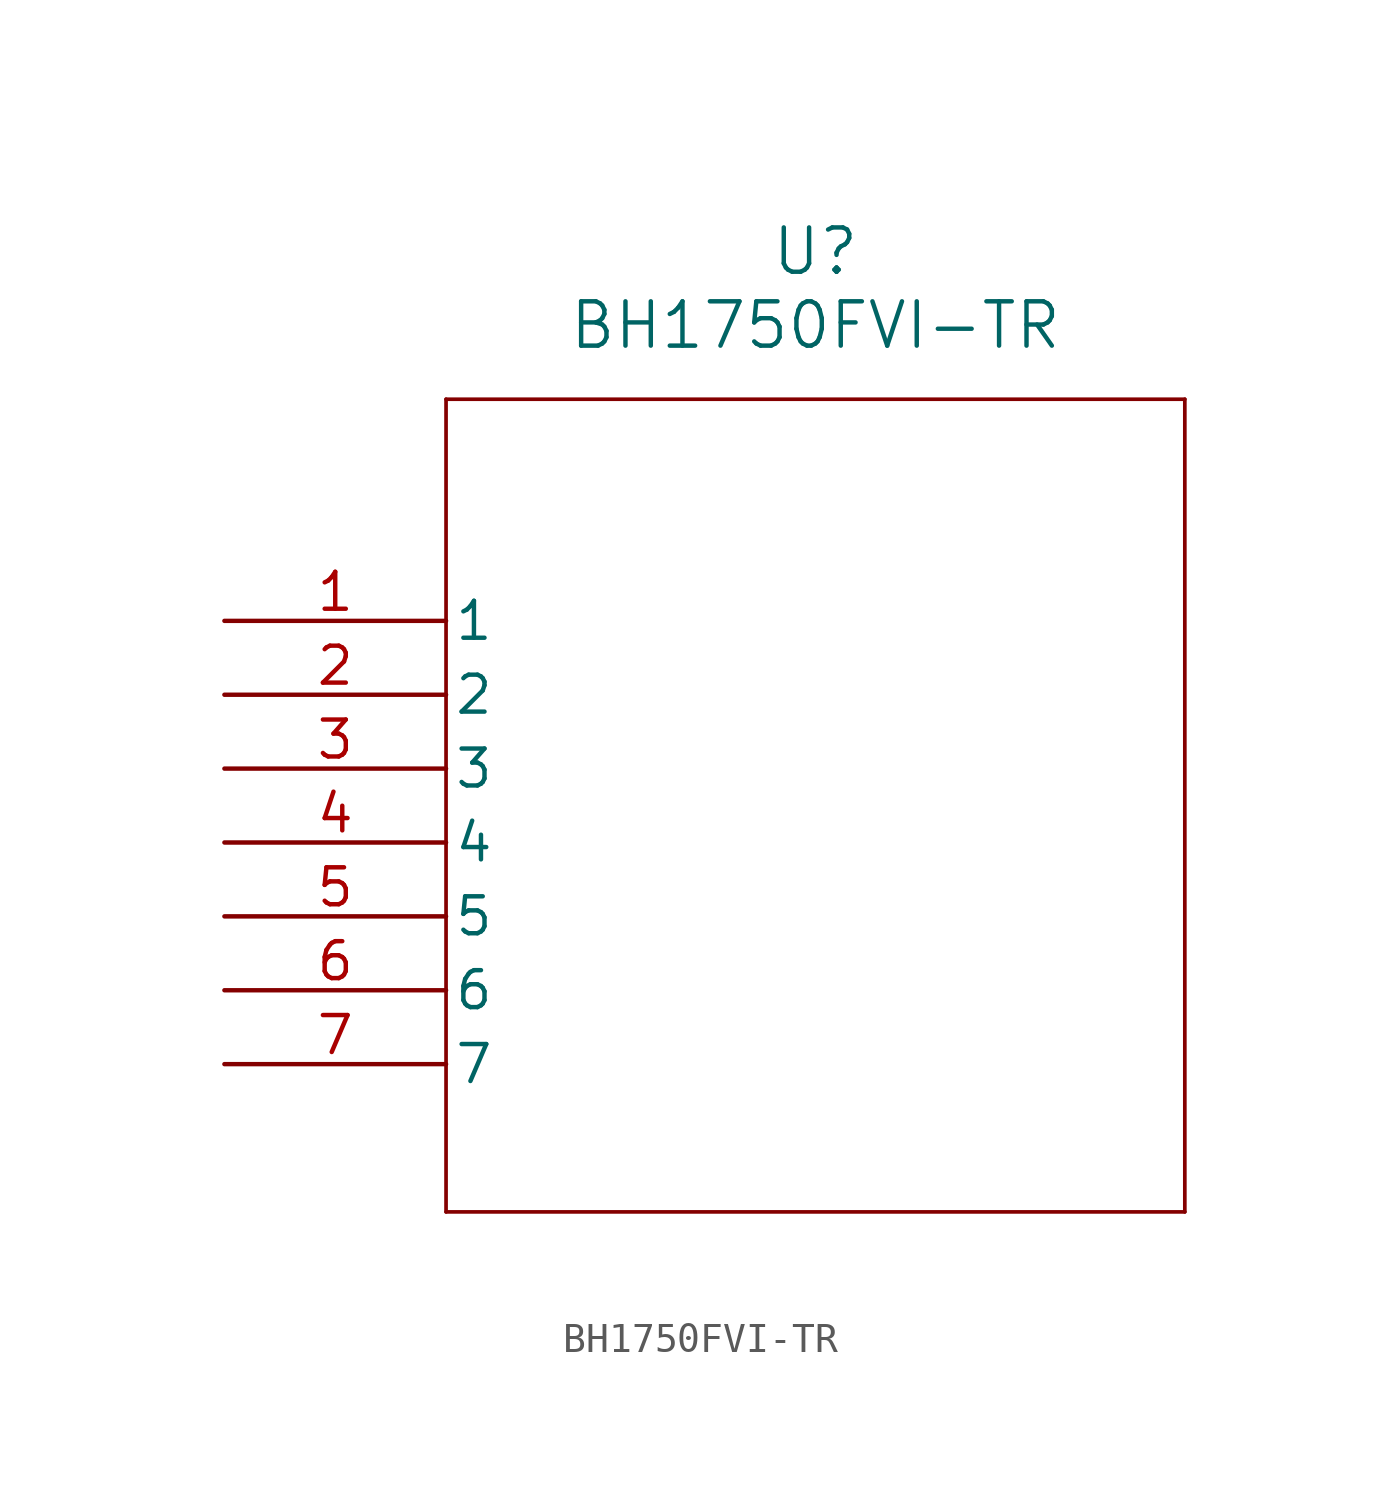
<source format=kicad_sym>
(kicad_symbol_lib
  (version 20211014)
  (generator kicad_symbol_editor)
  (symbol "BH1750FVI-TR"
    (pin_names
      (offset 0.254))
    (property "Reference" "U"
      (at 20.32 12.7 0)
      (effects (font (size 1.524 1.524))))
    (property "Value" "BH1750FVI-TR"
      (at 20.32 10.16 0)
      (effects (font (size 1.524 1.524))))
    (symbol "BH1750FVI-TR_0_1"
      (polyline (pts (xy 7.62 7.62) (xy 7.62 -20.32)) (stroke (width 0.127) (type default) (color 0 0 0 0)) (fill (type none)))
      (polyline (pts (xy 7.62 -20.32) (xy 33.02 -20.32)) (stroke (width 0.127) (type default) (color 0 0 0 0)) (fill (type none)))
      (polyline (pts (xy 33.02 -20.32) (xy 33.02 7.62)) (stroke (width 0.127) (type default) (color 0 0 0 0)) (fill (type none)))
      (polyline (pts (xy 33.02 7.62) (xy 7.62 7.62)) (stroke (width 0.127) (type default) (color 0 0 0 0)) (fill (type none)))
      (pin unspecified line (at 0 0 0) (length 7.62) (name "1" (effects (font (size 1.27 1.27)))) (number "1" (effects (font (size 1.27 1.27)))))
      (pin unspecified line (at 0 -2.54 0) (length 7.62) (name "2" (effects (font (size 1.27 1.27)))) (number "2" (effects (font (size 1.27 1.27)))))
      (pin unspecified line (at 0 -5.08 0) (length 7.62) (name "3" (effects (font (size 1.27 1.27)))) (number "3" (effects (font (size 1.27 1.27)))))
      (pin unspecified line (at 0 -7.62 0) (length 7.62) (name "4" (effects (font (size 1.27 1.27)))) (number "4" (effects (font (size 1.27 1.27)))))
      (pin unspecified line (at 0 -10.16 0) (length 7.62) (name "5" (effects (font (size 1.27 1.27)))) (number "5" (effects (font (size 1.27 1.27)))))
      (pin unspecified line (at 0 -12.7 0) (length 7.62) (name "6" (effects (font (size 1.27 1.27)))) (number "6" (effects (font (size 1.27 1.27)))))
      (pin unspecified line (at 0 -15.24 0) (length 7.62) (name "7" (effects (font (size 1.27 1.27)))) (number "7" (effects (font (size 1.27 1.27))))))))
</source>
